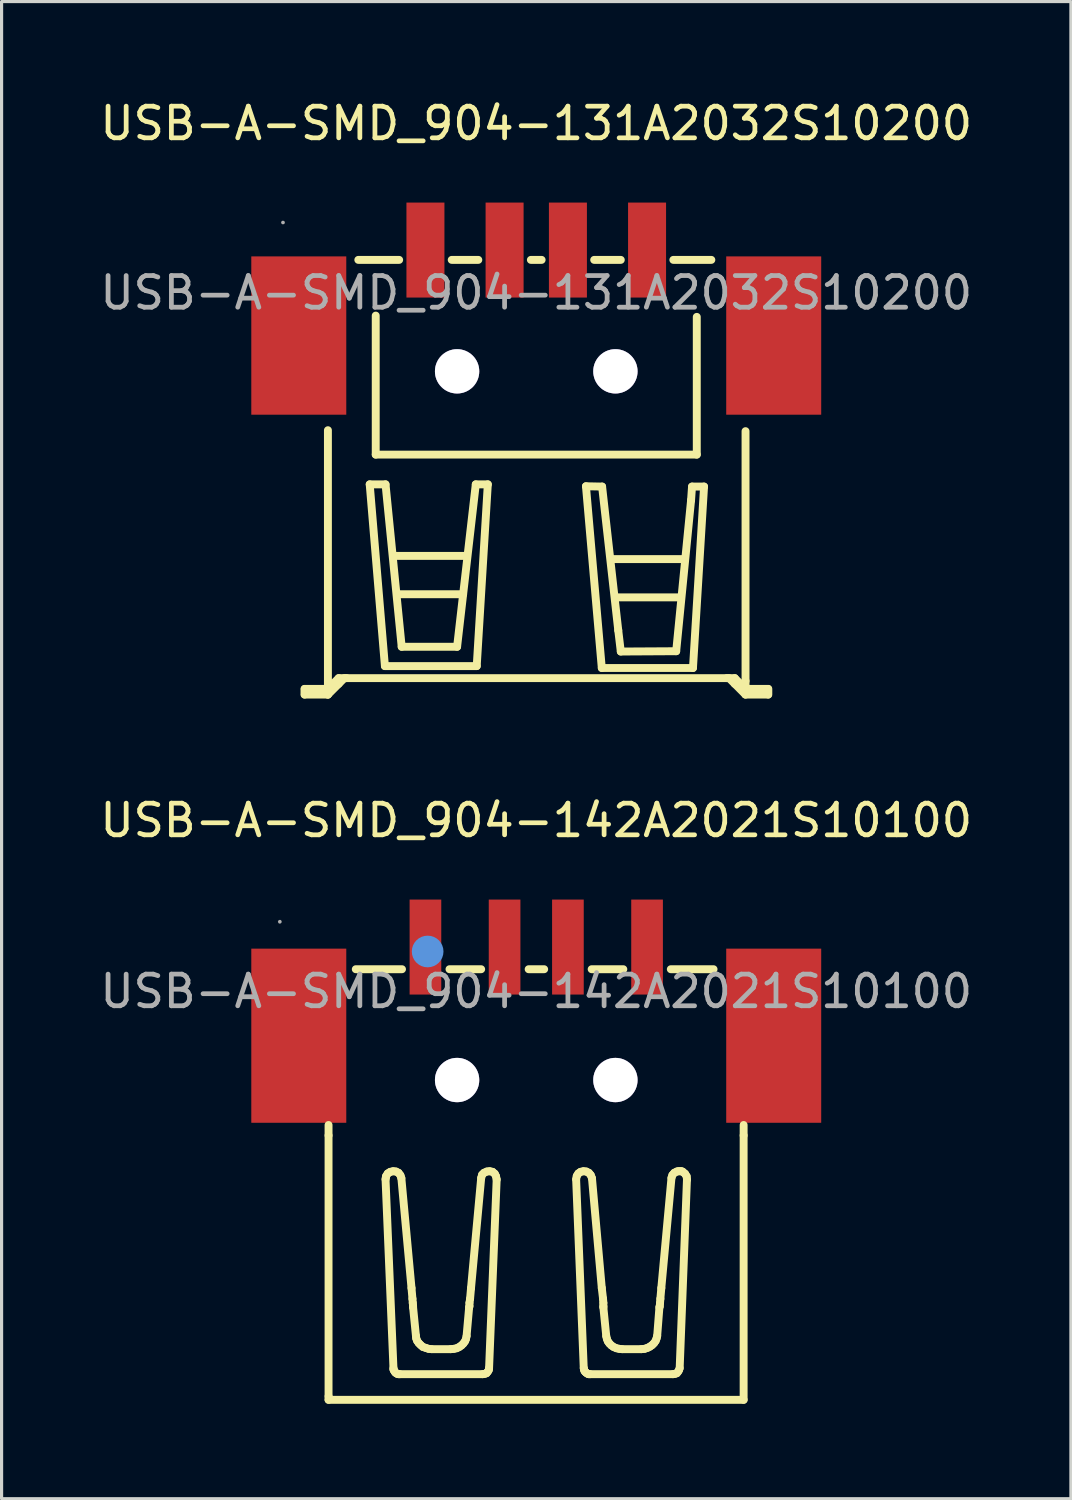
<source format=kicad_pcb>
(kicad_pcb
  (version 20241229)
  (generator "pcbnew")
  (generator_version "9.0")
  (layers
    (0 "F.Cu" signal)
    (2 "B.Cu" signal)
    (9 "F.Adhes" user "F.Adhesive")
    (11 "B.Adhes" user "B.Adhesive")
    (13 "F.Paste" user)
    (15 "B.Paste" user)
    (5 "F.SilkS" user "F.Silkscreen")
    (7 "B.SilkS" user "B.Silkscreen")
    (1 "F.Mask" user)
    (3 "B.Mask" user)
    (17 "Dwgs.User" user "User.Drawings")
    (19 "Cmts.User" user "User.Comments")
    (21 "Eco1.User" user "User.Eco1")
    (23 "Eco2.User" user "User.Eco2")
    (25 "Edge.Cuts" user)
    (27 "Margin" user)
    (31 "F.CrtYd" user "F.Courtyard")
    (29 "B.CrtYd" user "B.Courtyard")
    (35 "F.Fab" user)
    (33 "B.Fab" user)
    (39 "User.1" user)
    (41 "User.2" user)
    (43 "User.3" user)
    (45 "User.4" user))
  (footprint "USB-A-SMD_904-131A2032S10200"
    (layer "F.Cu")
    (at 13.887 6.198)
    (property "Reference" "USB-A-SMD_904-131A2032S10200" (at 0 -5.35 0) (layer "F.SilkS") (effects (font (size 1 1) (thickness 0.15))))
    (attr through_hole)
    (fp_line (start -7.32 12.51) (end -7.32 12.69) (stroke (width 0.25) (type solid)) (layer "F.SilkS"))
    (fp_line (start -7.31 12.51) (end -6.58 12.51) (stroke (width 0.25) (type solid)) (layer "F.SilkS"))
    (fp_line (start -7.31 12.69) (end -6.58 12.69) (stroke (width 0.25) (type solid)) (layer "F.SilkS"))
    (fp_line (start -6.58 12.26) (end -6.58 4.34) (stroke (width 0.25) (type solid)) (layer "F.SilkS"))
    (fp_line (start -6.58 12.51) (end -6.58 12.26) (stroke (width 0.25) (type solid)) (layer "F.SilkS"))
    (fp_line (start -6.58 12.69) (end -6.58 12.44) (stroke (width 0.25) (type solid)) (layer "F.SilkS"))
    (fp_line (start -6.24 12.17) (end -6.58 12.51) (stroke (width 0.25) (type solid)) (layer "F.SilkS"))
    (fp_line (start -6.24 12.35) (end -6.58 12.69) (stroke (width 0.25) (type solid)) (layer "F.SilkS"))
    (fp_line (start -6.06 12.17) (end -6.24 12.35) (stroke (width 0.25) (type solid)) (layer "F.SilkS"))
    (fp_line (start -5.99 12.17) (end -6.24 12.17) (stroke (width 0.25) (type solid)) (layer "F.SilkS"))
    (fp_line (start -5.99 12.17) (end 6.01 12.17) (stroke (width 0.25) (type solid)) (layer "F.SilkS"))
    (fp_line (start -5.62 -1.04) (end -4.33 -1.04) (stroke (width 0.25) (type solid)) (layer "F.SilkS"))
    (fp_line (start -5.26 6.05) (end -4.76 6.05) (stroke (width 0.25) (type solid)) (layer "F.SilkS"))
    (fp_line (start -5.07 5.11) (end -5.07 0.72) (stroke (width 0.25) (type solid)) (layer "F.SilkS"))
    (fp_line (start -5.07 5.11) (end 5.07 5.11) (stroke (width 0.25) (type solid)) (layer "F.SilkS"))
    (fp_line (start -4.78 11.79) (end -5.26 6.05) (stroke (width 0.25) (type solid)) (layer "F.SilkS"))
    (fp_line (start -4.76 6.05) (end -4.25 11.18) (stroke (width 0.25) (type solid)) (layer "F.SilkS"))
    (fp_line (start -4.48 8.31) (end -2.22 8.31) (stroke (width 0.25) (type solid)) (layer "F.SilkS"))
    (fp_line (start -4.34 9.52) (end -2.31 9.52) (stroke (width 0.25) (type solid)) (layer "F.SilkS"))
    (fp_line (start -4.25 11.18) (end -2.5 11.18) (stroke (width 0.25) (type solid)) (layer "F.SilkS"))
    (fp_line (start -2.67 -1.04) (end -1.83 -1.04) (stroke (width 0.25) (type solid)) (layer "F.SilkS"))
    (fp_line (start -2.5 11.18) (end -1.91 6.05) (stroke (width 0.25) (type solid)) (layer "F.SilkS"))
    (fp_line (start -1.91 6.05) (end -1.53 6.05) (stroke (width 0.25) (type solid)) (layer "F.SilkS"))
    (fp_line (start -1.88 11.79) (end -4.78 11.79) (stroke (width 0.25) (type solid)) (layer "F.SilkS"))
    (fp_line (start -1.53 6.05) (end -1.88 11.79) (stroke (width 0.25) (type solid)) (layer "F.SilkS"))
    (fp_line (start -0.17 -1.04) (end 0.17 -1.04) (stroke (width 0.25) (type solid)) (layer "F.SilkS"))
    (fp_line (start 1.57 6.11) (end 2.08 6.12) (stroke (width 0.25) (type solid)) (layer "F.SilkS"))
    (fp_line (start 1.83 -1.04) (end 2.67 -1.04) (stroke (width 0.25) (type solid)) (layer "F.SilkS"))
    (fp_line (start 2.07 11.85) (end 1.57 6.11) (stroke (width 0.25) (type solid)) (layer "F.SilkS"))
    (fp_line (start 2.08 6.12) (end 2.59 10.66) (stroke (width 0.25) (type solid)) (layer "F.SilkS"))
    (fp_line (start 2.4 8.41) (end 4.66 8.41) (stroke (width 0.25) (type solid)) (layer "F.SilkS"))
    (fp_line (start 2.54 9.62) (end 4.57 9.62) (stroke (width 0.25) (type solid)) (layer "F.SilkS"))
    (fp_line (start 2.59 10.66) (end 2.67 11.33) (stroke (width 0.25) (type solid)) (layer "F.SilkS"))
    (fp_line (start 2.67 11.33) (end 4.42 11.32) (stroke (width 0.25) (type solid)) (layer "F.SilkS"))
    (fp_line (start 4.33 -1.04) (end 5.53 -1.04) (stroke (width 0.25) (type solid)) (layer "F.SilkS"))
    (fp_line (start 4.42 11.32) (end 4.89 6.55) (stroke (width 0.25) (type solid)) (layer "F.SilkS"))
    (fp_line (start 4.89 6.55) (end 4.92 6.12) (stroke (width 0.25) (type solid)) (layer "F.SilkS"))
    (fp_line (start 4.92 6.12) (end 5.3 6.12) (stroke (width 0.25) (type solid)) (layer "F.SilkS"))
    (fp_line (start 4.95 11.85) (end 2.07 11.85) (stroke (width 0.25) (type solid)) (layer "F.SilkS"))
    (fp_line (start 5.07 5.11) (end 5.07 0.76) (stroke (width 0.25) (type solid)) (layer "F.SilkS"))
    (fp_line (start 5.3 6.12) (end 4.95 11.85) (stroke (width 0.25) (type solid)) (layer "F.SilkS"))
    (fp_line (start 6.02 12.17) (end 6.27 12.17) (stroke (width 0.25) (type solid)) (layer "F.SilkS"))
    (fp_line (start 6.09 12.17) (end 6.27 12.35) (stroke (width 0.25) (type solid)) (layer "F.SilkS"))
    (fp_line (start 6.27 12.17) (end 6.6 12.5) (stroke (width 0.25) (type solid)) (layer "F.SilkS"))
    (fp_line (start 6.27 12.35) (end 6.6 12.68) (stroke (width 0.25) (type solid)) (layer "F.SilkS"))
    (fp_line (start 6.61 12.26) (end 6.61 4.37) (stroke (width 0.25) (type solid)) (layer "F.SilkS"))
    (fp_line (start 6.61 12.51) (end 6.61 12.26) (stroke (width 0.25) (type solid)) (layer "F.SilkS"))
    (fp_line (start 6.61 12.69) (end 6.61 12.44) (stroke (width 0.25) (type solid)) (layer "F.SilkS"))
    (fp_line (start 7.32 12.51) (end 6.61 12.51) (stroke (width 0.25) (type solid)) (layer "F.SilkS"))
    (fp_line (start 7.32 12.69) (end 6.61 12.69) (stroke (width 0.25) (type solid)) (layer "F.SilkS"))
    (fp_line (start 7.33 12.51) (end 7.33 12.69) (stroke (width 0.25) (type solid)) (layer "F.SilkS"))
    (fp_circle (center -8 -2.22) (end -7.97 -2.22) (stroke (width 0.06) (type solid)) (fill no) (layer "F.Fab"))
    (fp_text user "${REFERENCE}" (at 0 0 0) (layer "F.Fab") (effects (font (size 1 1) (thickness 0.15))))
    (pad "" thru_hole circle (at -2.5 2.48) (size 1.4 1.4) (drill 1.4) (layers "*.Cu" "*.Mask"))
    (pad "" thru_hole circle (at 2.5 2.48) (size 1.4 1.4) (drill 1.4) (layers "*.Cu" "*.Mask"))
    (pad "0" smd rect (at -7.5 1.35) (size 3 5) (layers "F.Cu" "F.Mask" "F.Paste"))
    (pad "0" smd rect (at 7.5 1.35) (size 3 5) (layers "F.Cu" "F.Mask" "F.Paste"))
    (pad "1" smd rect (at -3.5 -1.35) (size 1.2 3) (layers "F.Cu" "F.Mask" "F.Paste"))
    (pad "2" smd rect (at -1 -1.35) (size 1.2 3) (layers "F.Cu" "F.Mask" "F.Paste"))
    (pad "3" smd rect (at 1 -1.35) (size 1.2 3) (layers "F.Cu" "F.Mask" "F.Paste"))
    (pad "4" smd rect (at 3.5 -1.35) (size 1.2 3) (layers "F.Cu" "F.Mask" "F.Paste")))
  (footprint "USB-A-SMD_904-142A2021S10100"
    (layer "F.Cu")
    (at 13.887 28.262)
    (property "Reference" "USB-A-SMD_904-142A2021S10100" (at 0 -5.4 0) (layer "F.SilkS") (effects (font (size 1 1) (thickness 0.15))))
    (attr through_hole)
    (fp_line (start -6.56 4.55) (end -6.56 4.22) (stroke (width 0.25) (type solid)) (layer "F.SilkS"))
    (fp_line (start -6.56 12.79) (end -6.56 4.55) (stroke (width 0.25) (type solid)) (layer "F.SilkS"))
    (fp_line (start -6.56 12.79) (end -6.56 12.9) (stroke (width 0.25) (type solid)) (layer "F.SilkS"))
    (fp_line (start -6.56 12.9) (end 6.55 12.9) (stroke (width 0.25) (type solid)) (layer "F.SilkS"))
    (fp_line (start -4.76 5.94) (end -4.51 11.9) (stroke (width 0.25) (type solid)) (layer "F.SilkS"))
    (fp_line (start -4.75 5.87) (end -4.76 5.93) (stroke (width 0.25) (type solid)) (layer "F.SilkS"))
    (fp_line (start -4.74 5.83) (end -4.75 5.87) (stroke (width 0.25) (type solid)) (layer "F.SilkS"))
    (fp_line (start -4.69 5.75) (end -4.74 5.83) (stroke (width 0.25) (type solid)) (layer "F.SilkS"))
    (fp_line (start -4.61 5.7) (end -4.69 5.75) (stroke (width 0.25) (type solid)) (layer "F.SilkS"))
    (fp_line (start -4.52 5.68) (end -4.61 5.7) (stroke (width 0.25) (type solid)) (layer "F.SilkS"))
    (fp_line (start -4.51 11.9) (end -4.51 11.94) (stroke (width 0.25) (type solid)) (layer "F.SilkS"))
    (fp_line (start -4.51 11.94) (end -4.49 11.98) (stroke (width 0.25) (type solid)) (layer "F.SilkS"))
    (fp_line (start -4.49 11.98) (end -4.47 12.01) (stroke (width 0.25) (type solid)) (layer "F.SilkS"))
    (fp_line (start -4.47 12.01) (end -4.45 12.04) (stroke (width 0.25) (type solid)) (layer "F.SilkS"))
    (fp_line (start -4.45 12.04) (end -4.42 12.06) (stroke (width 0.25) (type solid)) (layer "F.SilkS"))
    (fp_line (start -4.43 5.69) (end -4.52 5.68) (stroke (width 0.25) (type solid)) (layer "F.SilkS"))
    (fp_line (start -4.42 12.06) (end -4.39 12.08) (stroke (width 0.25) (type solid)) (layer "F.SilkS"))
    (fp_line (start -4.39 12.08) (end -4.35 12.09) (stroke (width 0.25) (type solid)) (layer "F.SilkS"))
    (fp_line (start -4.35 5.73) (end -4.43 5.69) (stroke (width 0.25) (type solid)) (layer "F.SilkS"))
    (fp_line (start -4.35 12.09) (end -4.31 12.09) (stroke (width 0.25) (type solid)) (layer "F.SilkS"))
    (fp_line (start -4.31 12.09) (end -1.69 12.09) (stroke (width 0.25) (type solid)) (layer "F.SilkS"))
    (fp_line (start -4.29 5.81) (end -4.35 5.73) (stroke (width 0.25) (type solid)) (layer "F.SilkS"))
    (fp_line (start -4.26 5.9) (end -4.29 5.81) (stroke (width 0.25) (type solid)) (layer "F.SilkS"))
    (fp_line (start -4.24 -0.7) (end -5.7 -0.7) (stroke (width 0.25) (type solid)) (layer "F.SilkS"))
    (fp_line (start -3.94 9.37) (end -4.26 5.9) (stroke (width 0.25) (type solid)) (layer "F.SilkS"))
    (fp_line (start -3.94 9.37) (end -3.91 9.71) (stroke (width 0.25) (type solid)) (layer "F.SilkS"))
    (fp_line (start -3.91 9.71) (end -3.9 9.84) (stroke (width 0.25) (type solid)) (layer "F.SilkS"))
    (fp_line (start -3.89 9.94) (end -3.9 9.84) (stroke (width 0.25) (type solid)) (layer "F.SilkS"))
    (fp_line (start -3.89 9.98) (end -3.89 9.94) (stroke (width 0.25) (type solid)) (layer "F.SilkS"))
    (fp_line (start -3.8 10.88) (end -3.89 9.98) (stroke (width 0.25) (type solid)) (layer "F.SilkS"))
    (fp_line (start -3.8 10.88) (end -3.79 10.96) (stroke (width 0.25) (type solid)) (layer "F.SilkS"))
    (fp_line (start -3.79 10.96) (end -3.76 11.04) (stroke (width 0.25) (type solid)) (layer "F.SilkS"))
    (fp_line (start -3.76 11.04) (end -3.71 11.11) (stroke (width 0.25) (type solid)) (layer "F.SilkS"))
    (fp_line (start -3.71 11.11) (end -3.65 11.17) (stroke (width 0.25) (type solid)) (layer "F.SilkS"))
    (fp_line (start -3.65 11.17) (end -3.58 11.23) (stroke (width 0.25) (type solid)) (layer "F.SilkS"))
    (fp_line (start -3.58 11.23) (end -3.49 11.26) (stroke (width 0.25) (type solid)) (layer "F.SilkS"))
    (fp_line (start -3.49 11.26) (end -3.4 11.29) (stroke (width 0.25) (type solid)) (layer "F.SilkS"))
    (fp_line (start -3.4 11.29) (end -3.31 11.3) (stroke (width 0.25) (type solid)) (layer "F.SilkS"))
    (fp_line (start -2.7 11.3) (end -3.3 11.3) (stroke (width 0.25) (type solid)) (layer "F.SilkS"))
    (fp_line (start -2.7 11.3) (end -2.6 11.29) (stroke (width 0.25) (type solid)) (layer "F.SilkS"))
    (fp_line (start -2.6 11.29) (end -2.51 11.27) (stroke (width 0.25) (type solid)) (layer "F.SilkS"))
    (fp_line (start -2.51 11.27) (end -2.43 11.23) (stroke (width 0.25) (type solid)) (layer "F.SilkS"))
    (fp_line (start -2.43 11.23) (end -2.36 11.18) (stroke (width 0.25) (type solid)) (layer "F.SilkS"))
    (fp_line (start -2.36 11.18) (end -2.3 11.12) (stroke (width 0.25) (type solid)) (layer "F.SilkS"))
    (fp_line (start -2.3 11.12) (end -2.25 11.05) (stroke (width 0.25) (type solid)) (layer "F.SilkS"))
    (fp_line (start -2.25 11.05) (end -2.22 10.98) (stroke (width 0.25) (type solid)) (layer "F.SilkS"))
    (fp_line (start -2.22 10.98) (end -2.2 10.89) (stroke (width 0.25) (type solid)) (layer "F.SilkS"))
    (fp_line (start -2.12 9.98) (end -2.2 10.88) (stroke (width 0.25) (type solid)) (layer "F.SilkS"))
    (fp_line (start -2.12 9.98) (end -2.11 9.94) (stroke (width 0.25) (type solid)) (layer "F.SilkS"))
    (fp_line (start -2.11 9.94) (end -2.11 9.84) (stroke (width 0.25) (type solid)) (layer "F.SilkS"))
    (fp_line (start -2.09 9.71) (end -2.11 9.84) (stroke (width 0.25) (type solid)) (layer "F.SilkS"))
    (fp_line (start -2.06 9.37) (end -2.09 9.71) (stroke (width 0.25) (type solid)) (layer "F.SilkS"))
    (fp_line (start -2.06 9.37) (end -1.74 5.9) (stroke (width 0.25) (type solid)) (layer "F.SilkS"))
    (fp_line (start -1.74 -0.7) (end -2.74 -0.7) (stroke (width 0.25) (type solid)) (layer "F.SilkS"))
    (fp_line (start -1.71 5.79) (end -1.74 5.89) (stroke (width 0.25) (type solid)) (layer "F.SilkS"))
    (fp_line (start -1.69 12.09) (end -1.63 12.08) (stroke (width 0.25) (type solid)) (layer "F.SilkS"))
    (fp_line (start -1.65 5.73) (end -1.71 5.79) (stroke (width 0.25) (type solid)) (layer "F.SilkS"))
    (fp_line (start -1.63 12.08) (end -1.57 12.06) (stroke (width 0.25) (type solid)) (layer "F.SilkS"))
    (fp_line (start -1.57 12.06) (end -1.53 12.01) (stroke (width 0.25) (type solid)) (layer "F.SilkS"))
    (fp_line (start -1.56 5.69) (end -1.65 5.73) (stroke (width 0.25) (type solid)) (layer "F.SilkS"))
    (fp_line (start -1.53 12.01) (end -1.5 11.96) (stroke (width 0.25) (type solid)) (layer "F.SilkS"))
    (fp_line (start -1.5 11.96) (end -1.49 11.9) (stroke (width 0.25) (type solid)) (layer "F.SilkS"))
    (fp_line (start -1.49 11.9) (end -1.25 5.94) (stroke (width 0.25) (type solid)) (layer "F.SilkS"))
    (fp_line (start -1.47 5.68) (end -1.56 5.69) (stroke (width 0.25) (type solid)) (layer "F.SilkS"))
    (fp_line (start -1.38 5.7) (end -1.47 5.68) (stroke (width 0.25) (type solid)) (layer "F.SilkS"))
    (fp_line (start -1.31 5.76) (end -1.38 5.7) (stroke (width 0.25) (type solid)) (layer "F.SilkS"))
    (fp_line (start -1.27 5.84) (end -1.31 5.76) (stroke (width 0.25) (type solid)) (layer "F.SilkS"))
    (fp_line (start -1.25 5.94) (end -1.27 5.84) (stroke (width 0.25) (type solid)) (layer "F.SilkS"))
    (fp_line (start 0.25 -0.7) (end -0.24 -0.7) (stroke (width 0.25) (type solid)) (layer "F.SilkS"))
    (fp_line (start 1.28 5.83) (end 1.26 5.93) (stroke (width 0.25) (type solid)) (layer "F.SilkS"))
    (fp_line (start 1.33 5.75) (end 1.28 5.83) (stroke (width 0.25) (type solid)) (layer "F.SilkS"))
    (fp_line (start 1.4 5.7) (end 1.33 5.75) (stroke (width 0.25) (type solid)) (layer "F.SilkS"))
    (fp_line (start 1.49 5.68) (end 1.4 5.7) (stroke (width 0.25) (type solid)) (layer "F.SilkS"))
    (fp_line (start 1.5 11.9) (end 1.26 5.94) (stroke (width 0.25) (type solid)) (layer "F.SilkS"))
    (fp_line (start 1.5 11.9) (end 1.51 11.94) (stroke (width 0.25) (type solid)) (layer "F.SilkS"))
    (fp_line (start 1.51 11.94) (end 1.52 11.98) (stroke (width 0.25) (type solid)) (layer "F.SilkS"))
    (fp_line (start 1.52 11.98) (end 1.54 12.01) (stroke (width 0.25) (type solid)) (layer "F.SilkS"))
    (fp_line (start 1.54 12.01) (end 1.57 12.04) (stroke (width 0.25) (type solid)) (layer "F.SilkS"))
    (fp_line (start 1.57 12.04) (end 1.6 12.06) (stroke (width 0.25) (type solid)) (layer "F.SilkS"))
    (fp_line (start 1.58 5.69) (end 1.49 5.68) (stroke (width 0.25) (type solid)) (layer "F.SilkS"))
    (fp_line (start 1.6 12.06) (end 1.63 12.08) (stroke (width 0.25) (type solid)) (layer "F.SilkS"))
    (fp_line (start 1.63 12.08) (end 1.66 12.09) (stroke (width 0.25) (type solid)) (layer "F.SilkS"))
    (fp_line (start 1.66 5.73) (end 1.58 5.69) (stroke (width 0.25) (type solid)) (layer "F.SilkS"))
    (fp_line (start 1.66 12.09) (end 1.7 12.09) (stroke (width 0.25) (type solid)) (layer "F.SilkS"))
    (fp_line (start 1.72 5.8) (end 1.66 5.73) (stroke (width 0.25) (type solid)) (layer "F.SilkS"))
    (fp_line (start 1.76 5.9) (end 1.72 5.8) (stroke (width 0.25) (type solid)) (layer "F.SilkS"))
    (fp_line (start 2.07 9.37) (end 1.76 5.9) (stroke (width 0.25) (type solid)) (layer "F.SilkS"))
    (fp_line (start 2.07 9.37) (end 2.11 9.71) (stroke (width 0.25) (type solid)) (layer "F.SilkS"))
    (fp_line (start 2.11 9.71) (end 2.12 9.84) (stroke (width 0.25) (type solid)) (layer "F.SilkS"))
    (fp_line (start 2.12 9.94) (end 2.12 9.84) (stroke (width 0.25) (type solid)) (layer "F.SilkS"))
    (fp_line (start 2.12 9.98) (end 2.12 9.94) (stroke (width 0.25) (type solid)) (layer "F.SilkS"))
    (fp_line (start 2.12 9.98) (end 2.21 10.88) (stroke (width 0.25) (type solid)) (layer "F.SilkS"))
    (fp_line (start 2.23 10.97) (end 2.21 10.89) (stroke (width 0.25) (type solid)) (layer "F.SilkS"))
    (fp_line (start 2.26 11.05) (end 2.23 10.97) (stroke (width 0.25) (type solid)) (layer "F.SilkS"))
    (fp_line (start 2.31 11.12) (end 2.26 11.05) (stroke (width 0.25) (type solid)) (layer "F.SilkS"))
    (fp_line (start 2.37 11.18) (end 2.31 11.12) (stroke (width 0.25) (type solid)) (layer "F.SilkS"))
    (fp_line (start 2.44 11.23) (end 2.37 11.18) (stroke (width 0.25) (type solid)) (layer "F.SilkS"))
    (fp_line (start 2.53 11.27) (end 2.44 11.23) (stroke (width 0.25) (type solid)) (layer "F.SilkS"))
    (fp_line (start 2.62 11.29) (end 2.53 11.27) (stroke (width 0.25) (type solid)) (layer "F.SilkS"))
    (fp_line (start 2.71 11.3) (end 2.62 11.29) (stroke (width 0.25) (type solid)) (layer "F.SilkS"))
    (fp_line (start 2.71 11.3) (end 3.32 11.3) (stroke (width 0.25) (type solid)) (layer "F.SilkS"))
    (fp_line (start 2.75 -0.7) (end 1.75 -0.7) (stroke (width 0.25) (type solid)) (layer "F.SilkS"))
    (fp_line (start 3.42 11.29) (end 3.32 11.3) (stroke (width 0.25) (type solid)) (layer "F.SilkS"))
    (fp_line (start 3.51 11.26) (end 3.42 11.29) (stroke (width 0.25) (type solid)) (layer "F.SilkS"))
    (fp_line (start 3.59 11.22) (end 3.51 11.26) (stroke (width 0.25) (type solid)) (layer "F.SilkS"))
    (fp_line (start 3.66 11.17) (end 3.59 11.22) (stroke (width 0.25) (type solid)) (layer "F.SilkS"))
    (fp_line (start 3.72 11.11) (end 3.66 11.17) (stroke (width 0.25) (type solid)) (layer "F.SilkS"))
    (fp_line (start 3.77 11.04) (end 3.72 11.11) (stroke (width 0.25) (type solid)) (layer "F.SilkS"))
    (fp_line (start 3.8 10.96) (end 3.77 11.04) (stroke (width 0.25) (type solid)) (layer "F.SilkS"))
    (fp_line (start 3.82 10.88) (end 3.8 10.96) (stroke (width 0.25) (type solid)) (layer "F.SilkS"))
    (fp_line (start 3.89 9.98) (end 3.82 10.88) (stroke (width 0.25) (type solid)) (layer "F.SilkS"))
    (fp_line (start 3.89 9.98) (end 3.9 9.94) (stroke (width 0.25) (type solid)) (layer "F.SilkS"))
    (fp_line (start 3.9 9.94) (end 3.91 9.84) (stroke (width 0.25) (type solid)) (layer "F.SilkS"))
    (fp_line (start 3.92 9.71) (end 3.91 9.84) (stroke (width 0.25) (type solid)) (layer "F.SilkS"))
    (fp_line (start 3.95 9.37) (end 3.92 9.71) (stroke (width 0.25) (type solid)) (layer "F.SilkS"))
    (fp_line (start 3.95 9.37) (end 4.27 5.9) (stroke (width 0.25) (type solid)) (layer "F.SilkS"))
    (fp_line (start 4.25 -0.7) (end 5.6 -0.7) (stroke (width 0.25) (type solid)) (layer "F.SilkS"))
    (fp_line (start 4.3 5.8) (end 4.27 5.89) (stroke (width 0.25) (type solid)) (layer "F.SilkS"))
    (fp_line (start 4.32 12.09) (end 1.7 12.09) (stroke (width 0.25) (type solid)) (layer "F.SilkS"))
    (fp_line (start 4.32 12.09) (end 4.38 12.08) (stroke (width 0.25) (type solid)) (layer "F.SilkS"))
    (fp_line (start 4.36 5.73) (end 4.3 5.8) (stroke (width 0.25) (type solid)) (layer "F.SilkS"))
    (fp_line (start 4.38 12.08) (end 4.44 12.06) (stroke (width 0.25) (type solid)) (layer "F.SilkS"))
    (fp_line (start 4.44 5.69) (end 4.36 5.73) (stroke (width 0.25) (type solid)) (layer "F.SilkS"))
    (fp_line (start 4.44 12.06) (end 4.48 12.01) (stroke (width 0.25) (type solid)) (layer "F.SilkS"))
    (fp_line (start 4.48 12.01) (end 4.51 11.96) (stroke (width 0.25) (type solid)) (layer "F.SilkS"))
    (fp_line (start 4.49 5.68) (end 4.44 5.69) (stroke (width 0.25) (type solid)) (layer "F.SilkS"))
    (fp_line (start 4.51 11.96) (end 4.53 11.9) (stroke (width 0.25) (type solid)) (layer "F.SilkS"))
    (fp_line (start 4.54 5.68) (end 4.49 5.68) (stroke (width 0.25) (type solid)) (layer "F.SilkS"))
    (fp_line (start 4.59 5.68) (end 4.54 5.68) (stroke (width 0.25) (type solid)) (layer "F.SilkS"))
    (fp_line (start 4.63 5.7) (end 4.59 5.68) (stroke (width 0.25) (type solid)) (layer "F.SilkS"))
    (fp_line (start 4.7 5.76) (end 4.63 5.7) (stroke (width 0.25) (type solid)) (layer "F.SilkS"))
    (fp_line (start 4.75 5.84) (end 4.7 5.76) (stroke (width 0.25) (type solid)) (layer "F.SilkS"))
    (fp_line (start 4.76 5.94) (end 4.53 11.9) (stroke (width 0.25) (type solid)) (layer "F.SilkS"))
    (fp_line (start 4.76 5.94) (end 4.75 5.84) (stroke (width 0.25) (type solid)) (layer "F.SilkS"))
    (fp_line (start 6.55 4.55) (end 6.55 4.22) (stroke (width 0.25) (type solid)) (layer "F.SilkS"))
    (fp_line (start 6.55 12.9) (end 6.55 4.55) (stroke (width 0.25) (type solid)) (layer "F.SilkS"))
    (fp_circle (center -3.43 -1.26) (end -3.18 -1.26) (stroke (width 0.5) (type solid)) (fill no) (layer "Cmts.User"))
    (fp_circle (center -8.1 -2.2) (end -8.07 -2.2) (stroke (width 0.06) (type solid)) (fill no) (layer "F.Fab"))
    (fp_circle (center -2.5 2.8) (end -2.2 2.8) (stroke (width 0.6) (type solid)) (fill no) (layer "F.Fab"))
    (fp_circle (center 2.5 2.8) (end 2.8 2.8) (stroke (width 0.6) (type solid)) (fill no) (layer "F.Fab"))
    (fp_text user "${REFERENCE}" (at 0 0 0) (layer "F.Fab") (effects (font (size 1 1) (thickness 0.15))))
    (pad "" thru_hole circle (at -2.5 2.8) (size 1.4 1.4) (drill 1.4) (layers "*.Cu" "*.Mask"))
    (pad "" thru_hole circle (at 2.5 2.8) (size 1.4 1.4) (drill 1.4) (layers "*.Cu" "*.Mask"))
    (pad "1" smd rect (at -3.5 -1.4 90) (size 3 1) (layers "F.Cu" "F.Mask" "F.Paste"))
    (pad "2" smd rect (at -1 -1.4 90) (size 3 1) (layers "F.Cu" "F.Mask" "F.Paste"))
    (pad "3" smd rect (at 1 -1.4 90) (size 3 1) (layers "F.Cu" "F.Mask" "F.Paste"))
    (pad "4" smd rect (at 3.5 -1.4 90) (size 3 1) (layers "F.Cu" "F.Mask" "F.Paste"))
    (pad "SH1" smd rect (at 7.5 1.4 180) (size 3 5.5) (layers "F.Cu" "F.Mask" "F.Paste"))
    (pad "SH2" smd rect (at -7.5 1.4 180) (size 3 5.5) (layers "F.Cu" "F.Mask" "F.Paste")))
  (gr_rect
    (start -3 -3)
    (end 30.774 44.286)
    (stroke (width 0.1) (type default))
    (fill no)
    (layer "Edge.Cuts")))
</source>
